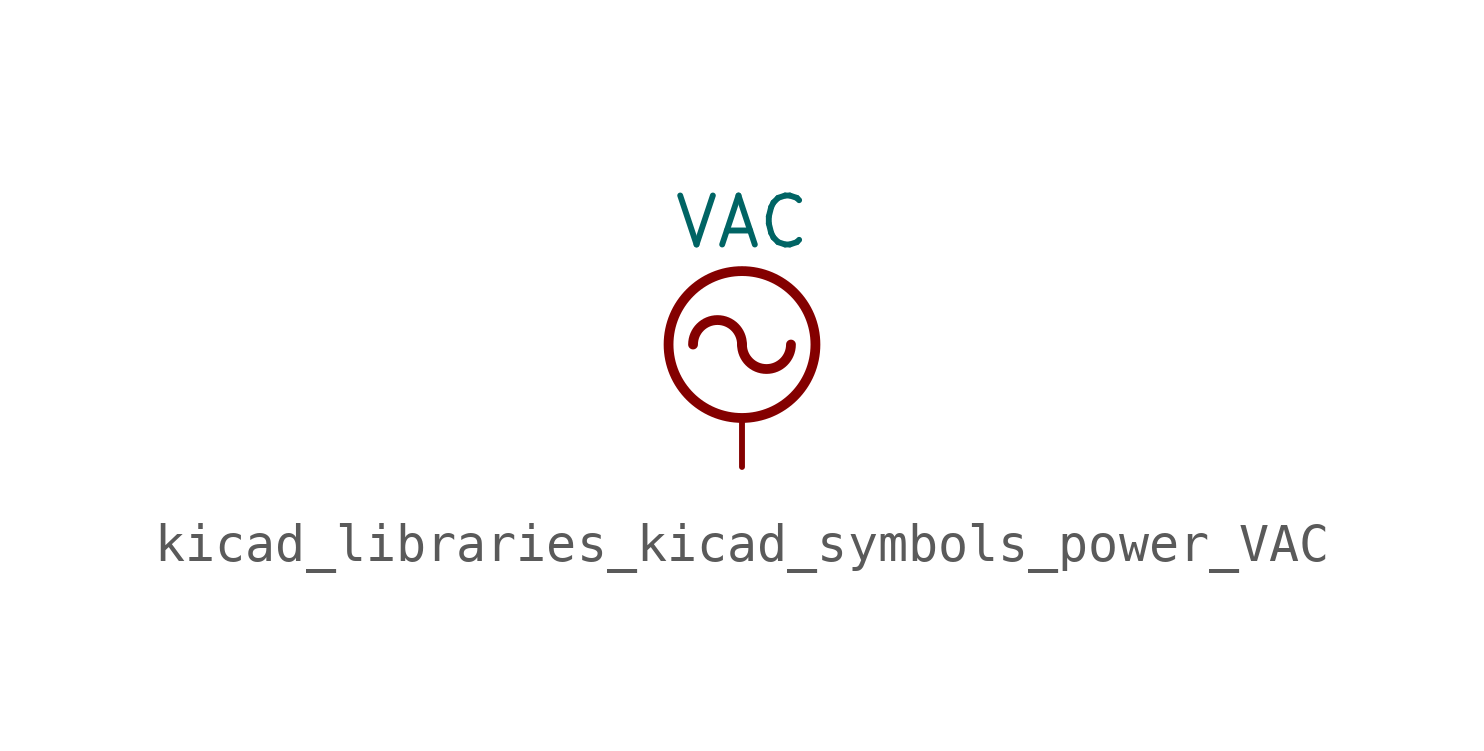
<source format=kicad_sym>
(kicad_symbol_lib
  (version 20220914)
  (generator kicad_symbol_editor)
  (symbol "kicad_libraries_kicad_symbols_power_VAC"
    (power)
    (pin_names
      (offset 0))
    (property "Reference" "#PWR"
      (at 0 -2.54 0)
      (effects (font (size 1.27 1.27)) hide))
    (property "Value" "VAC"
      (at 0 6.35 0)
      (effects (font (size 1.27 1.27))))
    (symbol "kicad_libraries_kicad_symbols_power_VAC_0_1"
      (polyline (pts (xy 0 0) (xy 0 1.27)) (stroke (width 0) (type default)) (fill (type none)))
      (arc (start 0 3.175) (mid -0.635 3.8073) (end -1.27 3.175) (stroke (width 0.254) (type default)) (fill (type none)))
      (arc (start 0 3.175) (mid 0.635 2.5427) (end 1.27 3.175) (stroke (width 0.254) (type default)) (fill (type none)))
      (circle (center 0 3.175) (radius 1.905) (stroke (width 0.254) (type default)) (fill (type none))))
    (symbol "kicad_libraries_kicad_symbols_power_VAC_1_1"
      (pin power_in line (at 0 0 90) (length 0) hide (name "VAC" (effects (font (size 1.27 1.27)))) (number "1" (effects (font (size 1.27 1.27))))))))
</source>
